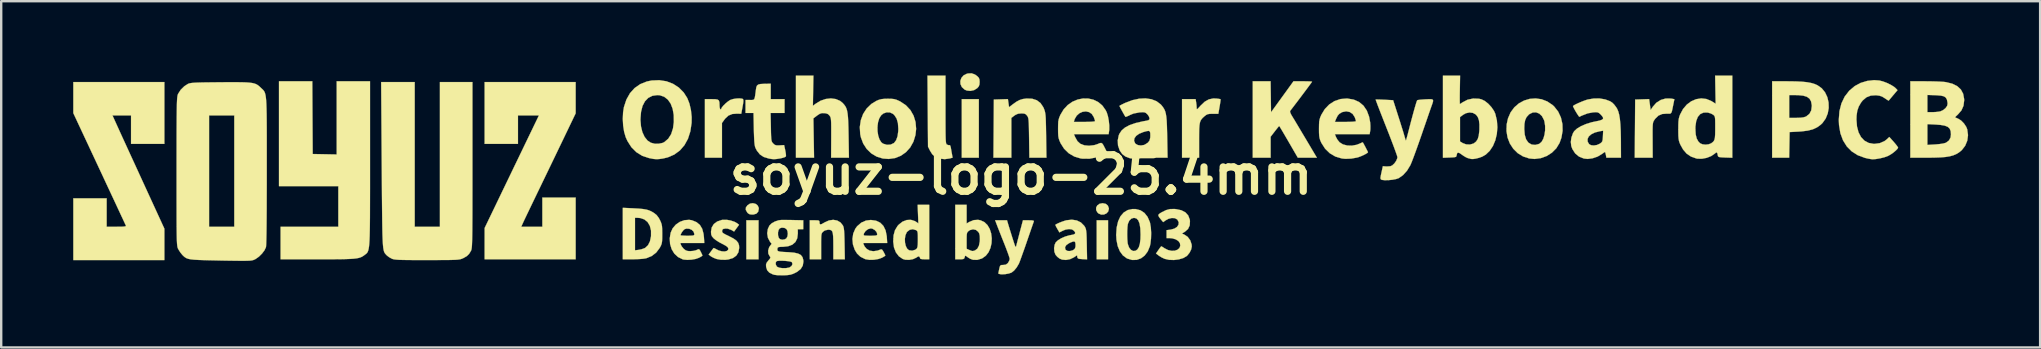
<source format=kicad_pcb>
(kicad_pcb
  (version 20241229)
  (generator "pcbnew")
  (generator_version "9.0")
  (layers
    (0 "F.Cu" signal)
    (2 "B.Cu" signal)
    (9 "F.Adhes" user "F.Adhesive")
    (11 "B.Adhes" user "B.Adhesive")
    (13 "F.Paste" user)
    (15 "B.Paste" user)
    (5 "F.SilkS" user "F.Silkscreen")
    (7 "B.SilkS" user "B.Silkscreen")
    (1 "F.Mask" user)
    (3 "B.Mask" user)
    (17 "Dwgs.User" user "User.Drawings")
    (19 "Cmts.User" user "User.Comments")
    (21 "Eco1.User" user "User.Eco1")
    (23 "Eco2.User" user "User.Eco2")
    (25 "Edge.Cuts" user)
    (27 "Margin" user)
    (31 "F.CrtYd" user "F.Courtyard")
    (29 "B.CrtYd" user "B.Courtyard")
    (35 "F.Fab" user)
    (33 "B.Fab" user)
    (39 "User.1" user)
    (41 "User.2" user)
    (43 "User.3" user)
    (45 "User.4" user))
  (footprint "soyuz-logo-25.4mm"
    (layer "F.Cu")
    (at 39.494 4.231)
    (property "Reference" "soyuz-logo-25.4mm" (at 0 0 0) (layer "F.SilkS") (effects (font (size 1.524 1.524) (thickness 0.3))))
    (attr through_hole)
    (fp_poly (pts (xy -10.939 3.522) (xy -11.447 3.522) (xy -11.447 1.897) (xy -10.939 1.897) (xy -10.939 3.522)) (stroke (width 0.01) (type solid)) (fill yes) (layer "F.SilkS"))
    (fp_poly (pts (xy -1.761 -0.711) (xy -2.472 -0.711) (xy -2.472 -3.15) (xy -1.761 -3.15) (xy -1.761 -0.711)) (stroke (width 0.01) (type solid)) (fill yes) (layer "F.SilkS"))
    (fp_poly (pts (xy 3.624 3.522) (xy 3.15 3.522) (xy 3.15 1.897) (xy 3.624 1.897) (xy 3.624 3.522)) (stroke (width 0.01) (type solid)) (fill yes) (layer "F.SilkS"))
    (fp_poly (pts (xy 3.527 1.212) (xy 3.616 1.286) (xy 3.657 1.398) (xy 3.658 1.422) (xy 3.629 1.533) (xy 3.554 1.613) (xy 3.451 1.658) (xy 3.337 1.66) (xy 3.228 1.615) (xy 3.189 1.581) (xy 3.128 1.477) (xy 3.126 1.371) (xy 3.174 1.278) (xy 3.266 1.211) (xy 3.395 1.185) (xy 3.397 1.185) (xy 3.527 1.212)) (stroke (width 0.01) (type solid)) (fill yes) (layer "F.SilkS"))
    (fp_poly (pts (xy -11.068 1.21) (xy -10.981 1.274) (xy -10.932 1.371) (xy -10.928 1.417) (xy -10.954 1.541) (xy -11.032 1.623) (xy -11.158 1.658) (xy -11.196 1.659) (xy -11.302 1.649) (xy -11.373 1.611) (xy -11.411 1.57) (xy -11.471 1.463) (xy -11.467 1.366) (xy -11.398 1.269) (xy -11.398 1.268) (xy -11.294 1.202) (xy -11.178 1.184) (xy -11.068 1.21)) (stroke (width 0.01) (type solid)) (fill yes) (layer "F.SilkS"))
    (fp_poly (pts (xy -1.923 -4.177) (xy -1.831 -4.112) (xy -1.765 -4.045) (xy -1.735 -3.973) (xy -1.727 -3.866) (xy -1.727 -3.864) (xy -1.736 -3.752) (xy -1.769 -3.673) (xy -1.827 -3.608) (xy -1.956 -3.527) (xy -2.109 -3.493) (xy -2.263 -3.509) (xy -2.356 -3.55) (xy -2.469 -3.654) (xy -2.526 -3.778) (xy -2.531 -3.91) (xy -2.487 -4.035) (xy -2.397 -4.139) (xy -2.263 -4.207) (xy -2.215 -4.219) (xy -2.06 -4.226) (xy -1.923 -4.177)) (stroke (width 0.01) (type solid)) (fill yes) (layer "F.SilkS"))
    (fp_poly (pts (xy -18.559 -2.559) (xy -19.072 -1.491) (xy -19.221 -1.182) (xy -19.39 -0.83) (xy -19.571 -0.455) (xy -19.754 -0.076) (xy -19.93 0.289) (xy -20.09 0.621) (xy -20.126 0.694) (xy -20.253 0.958) (xy -20.374 1.209) (xy -20.485 1.44) (xy -20.582 1.642) (xy -20.661 1.807) (xy -20.718 1.927) (xy -20.747 1.99) (xy -20.827 2.167) (xy -19.947 2.167) (xy -19.947 0.948) (xy -18.559 0.948) (xy -18.559 3.522) (xy -22.352 3.522) (xy -22.352 2.87) (xy -22.351 2.218) (xy -21.221 -0.127) (xy -20.09 -2.472) (xy -20.963 -2.472) (xy -20.963 -1.287) (xy -22.352 -1.287) (xy -22.352 -3.861) (xy -18.559 -3.861) (xy -18.559 -2.559)) (stroke (width 0.01) (type solid)) (fill yes) (layer "F.SilkS"))
    (fp_poly (pts (xy -3.15 -2.711) (xy -3.15 -2.363) (xy -3.149 -2.077) (xy -3.148 -1.847) (xy -3.146 -1.666) (xy -3.143 -1.527) (xy -3.138 -1.426) (xy -3.131 -1.355) (xy -3.123 -1.308) (xy -3.111 -1.28) (xy -3.098 -1.263) (xy -3.081 -1.253) (xy -3.015 -1.231) (xy -2.981 -1.236) (xy -2.955 -1.22) (xy -2.933 -1.156) (xy -2.93 -1.144) (xy -2.912 -1.04) (xy -2.89 -0.913) (xy -2.882 -0.872) (xy -2.854 -0.712) (xy -2.976 -0.678) (xy -3.181 -0.649) (xy -3.402 -0.674) (xy -3.416 -0.677) (xy -3.575 -0.741) (xy -3.702 -0.855) (xy -3.793 -1.001) (xy -3.878 -1.168) (xy -3.9 -4.132) (xy -3.15 -4.132) (xy -3.15 -2.711)) (stroke (width 0.01) (type solid)) (fill yes) (layer "F.SilkS"))
    (fp_poly (pts (xy 27.083 -3.174) (xy 27.104 -3.17) (xy 27.22 -3.148) (xy 27.174 -2.92) (xy 27.141 -2.757) (xy 27.117 -2.648) (xy 27.092 -2.584) (xy 27.06 -2.552) (xy 27.011 -2.543) (xy 26.939 -2.545) (xy 26.896 -2.546) (xy 26.706 -2.53) (xy 26.555 -2.464) (xy 26.428 -2.341) (xy 26.396 -2.298) (xy 26.368 -2.256) (xy 26.346 -2.215) (xy 26.331 -2.167) (xy 26.321 -2.1) (xy 26.315 -2.005) (xy 26.312 -1.873) (xy 26.312 -1.693) (xy 26.313 -1.455) (xy 26.313 -1.443) (xy 26.316 -0.711) (xy 25.568 -0.711) (xy 25.577 -1.922) (xy 25.586 -3.133) (xy 26.168 -3.152) (xy 26.199 -2.924) (xy 26.23 -2.696) (xy 26.318 -2.83) (xy 26.468 -3) (xy 26.652 -3.117) (xy 26.861 -3.177) (xy 27.083 -3.174)) (stroke (width 0.01) (type solid)) (fill yes) (layer "F.SilkS"))
    (fp_poly (pts (xy -11.631 -3.171) (xy -11.592 -3.156) (xy -11.574 -3.128) (xy -11.571 -3.066) (xy -11.583 -2.961) (xy -11.605 -2.836) (xy -11.659 -2.541) (xy -11.849 -2.546) (xy -12.041 -2.53) (xy -12.196 -2.464) (xy -12.327 -2.342) (xy -12.362 -2.297) (xy -12.463 -2.157) (xy -12.463 -0.711) (xy -13.174 -0.711) (xy -13.174 -3.15) (xy -12.89 -3.15) (xy -12.74 -3.147) (xy -12.646 -3.132) (xy -12.593 -3.095) (xy -12.571 -3.023) (xy -12.565 -2.907) (xy -12.565 -2.872) (xy -12.556 -2.785) (xy -12.535 -2.731) (xy -12.531 -2.726) (xy -12.499 -2.729) (xy -12.497 -2.741) (xy -12.472 -2.798) (xy -12.407 -2.878) (xy -12.317 -2.967) (xy -12.219 -3.049) (xy -12.128 -3.11) (xy -12.107 -3.12) (xy -11.998 -3.155) (xy -11.866 -3.176) (xy -11.735 -3.182) (xy -11.631 -3.171)) (stroke (width 0.01) (type solid)) (fill yes) (layer "F.SilkS"))
    (fp_poly (pts (xy 8.128 -3.176) (xy 8.228 -3.164) (xy 8.295 -3.152) (xy 8.311 -3.146) (xy 8.311 -3.109) (xy 8.3 -3.021) (xy 8.281 -2.899) (xy 8.27 -2.836) (xy 8.218 -2.54) (xy 7.988 -2.54) (xy 7.86 -2.537) (xy 7.774 -2.523) (xy 7.708 -2.49) (xy 7.636 -2.433) (xy 7.567 -2.37) (xy 7.515 -2.311) (xy 7.476 -2.245) (xy 7.449 -2.164) (xy 7.432 -2.056) (xy 7.422 -1.913) (xy 7.418 -1.723) (xy 7.417 -1.478) (xy 7.417 -1.424) (xy 7.417 -0.711) (xy 6.706 -0.711) (xy 6.706 -3.15) (xy 7.272 -3.15) (xy 7.293 -3.023) (xy 7.308 -2.907) (xy 7.315 -2.801) (xy 7.315 -2.796) (xy 7.317 -2.747) (xy 7.329 -2.731) (xy 7.36 -2.751) (xy 7.42 -2.814) (xy 7.485 -2.886) (xy 7.652 -3.044) (xy 7.822 -3.14) (xy 8.005 -3.179) (xy 8.128 -3.176)) (stroke (width 0.01) (type solid)) (fill yes) (layer "F.SilkS"))
    (fp_poly (pts (xy -35.695 -1.287) (xy -37.084 -1.287) (xy -37.084 -2.472) (xy -37.858 -2.472) (xy -37.67 -2.057) (xy -37.622 -1.952) (xy -37.549 -1.791) (xy -37.454 -1.583) (xy -37.339 -1.333) (xy -37.209 -1.049) (xy -37.066 -0.737) (xy -36.913 -0.405) (xy -36.754 -0.058) (xy -36.591 0.297) (xy -36.589 0.302) (xy -35.695 2.247) (xy -35.695 3.556) (xy -39.489 3.556) (xy -39.489 0.982) (xy -38.1 0.982) (xy -38.1 2.167) (xy -37.69 2.167) (xy -37.51 2.166) (xy -37.39 2.16) (xy -37.322 2.15) (xy -37.296 2.134) (xy -37.297 2.125) (xy -37.314 2.088) (xy -37.357 1.995) (xy -37.424 1.85) (xy -37.514 1.658) (xy -37.623 1.424) (xy -37.749 1.153) (xy -37.891 0.85) (xy -38.046 0.519) (xy -38.211 0.165) (xy -38.384 -0.206) (xy -38.401 -0.242) (xy -39.489 -2.567) (xy -39.489 -3.861) (xy -35.695 -3.861) (xy -35.695 -1.287)) (stroke (width 0.01) (type solid)) (fill yes) (layer "F.SilkS"))
    (fp_poly (pts (xy -29.524 -2.379) (xy -29.515 -0.864) (xy -28.516 -0.845) (xy -28.516 -3.895) (xy -27.127 -3.895) (xy -27.127 -0.497) (xy -27.127 0.08) (xy -27.127 0.593) (xy -27.128 1.047) (xy -27.129 1.444) (xy -27.13 1.789) (xy -27.133 2.086) (xy -27.137 2.339) (xy -27.142 2.552) (xy -27.149 2.728) (xy -27.158 2.872) (xy -27.169 2.987) (xy -27.183 3.077) (xy -27.199 3.147) (xy -27.218 3.2) (xy -27.239 3.24) (xy -27.264 3.271) (xy -27.293 3.297) (xy -27.325 3.321) (xy -27.347 3.338) (xy -27.403 3.379) (xy -27.459 3.414) (xy -27.521 3.442) (xy -27.595 3.465) (xy -27.688 3.483) (xy -27.805 3.497) (xy -27.953 3.507) (xy -28.138 3.514) (xy -28.367 3.519) (xy -28.646 3.521) (xy -28.981 3.522) (xy -29.317 3.522) (xy -30.853 3.522) (xy -30.853 2.167) (xy -28.448 2.167) (xy -28.448 0.474) (xy -30.92 0.474) (xy -30.92 -3.895) (xy -29.532 -3.895) (xy -29.524 -2.379)) (stroke (width 0.01) (type solid)) (fill yes) (layer "F.SilkS"))
    (fp_poly (pts (xy -7.662 1.907) (xy -7.522 1.989) (xy -7.424 2.113) (xy -7.403 2.163) (xy -7.387 2.23) (xy -7.375 2.326) (xy -7.366 2.461) (xy -7.36 2.644) (xy -7.355 2.87) (xy -7.344 3.522) (xy -7.823 3.522) (xy -7.823 2.97) (xy -7.825 2.738) (xy -7.831 2.566) (xy -7.844 2.444) (xy -7.867 2.364) (xy -7.904 2.318) (xy -7.956 2.296) (xy -8.026 2.289) (xy -8.038 2.289) (xy -8.175 2.32) (xy -8.246 2.37) (xy -8.278 2.402) (xy -8.301 2.436) (xy -8.316 2.484) (xy -8.325 2.556) (xy -8.329 2.664) (xy -8.331 2.82) (xy -8.331 2.986) (xy -8.331 3.522) (xy -8.805 3.522) (xy -8.805 1.897) (xy -8.602 1.897) (xy -8.489 1.899) (xy -8.428 1.909) (xy -8.404 1.933) (xy -8.399 1.976) (xy -8.392 2.044) (xy -8.366 2.07) (xy -8.307 2.055) (xy -8.207 1.999) (xy -8.188 1.987) (xy -8.005 1.904) (xy -7.826 1.878) (xy -7.662 1.907)) (stroke (width 0.01) (type solid)) (fill yes) (layer "F.SilkS"))
    (fp_poly (pts (xy -8.664 -3.502) (xy -8.674 -2.872) (xy -8.555 -2.962) (xy -8.353 -3.085) (xy -8.138 -3.157) (xy -7.924 -3.181) (xy -7.721 -3.154) (xy -7.542 -3.078) (xy -7.436 -2.993) (xy -7.373 -2.923) (xy -7.322 -2.853) (xy -7.282 -2.774) (xy -7.252 -2.678) (xy -7.23 -2.557) (xy -7.213 -2.401) (xy -7.202 -2.203) (xy -7.194 -1.954) (xy -7.188 -1.647) (xy -7.188 -1.634) (xy -7.173 -0.711) (xy -7.915 -0.711) (xy -7.911 -1.538) (xy -7.911 -1.797) (xy -7.911 -1.997) (xy -7.913 -2.147) (xy -7.918 -2.255) (xy -7.926 -2.332) (xy -7.938 -2.385) (xy -7.954 -2.423) (xy -7.975 -2.456) (xy -7.979 -2.461) (xy -8.044 -2.527) (xy -8.128 -2.558) (xy -8.203 -2.567) (xy -8.305 -2.566) (xy -8.388 -2.54) (xy -8.483 -2.479) (xy -8.504 -2.463) (xy -8.653 -2.35) (xy -8.64 -1.53) (xy -8.626 -0.711) (xy -9.381 -0.711) (xy -9.381 -4.132) (xy -9.017 -4.132) (xy -8.653 -4.132) (xy -8.664 -3.502)) (stroke (width 0.01) (type solid)) (fill yes) (layer "F.SilkS"))
    (fp_poly (pts (xy 31.945 -3.894) (xy 32.264 -3.89) (xy 32.526 -3.878) (xy 32.74 -3.857) (xy 32.915 -3.825) (xy 33.063 -3.781) (xy 33.182 -3.729) (xy 33.361 -3.602) (xy 33.498 -3.433) (xy 33.593 -3.232) (xy 33.644 -3.011) (xy 33.65 -2.781) (xy 33.61 -2.555) (xy 33.524 -2.342) (xy 33.391 -2.156) (xy 33.317 -2.084) (xy 33.163 -1.974) (xy 32.989 -1.893) (xy 32.78 -1.839) (xy 32.525 -1.807) (xy 32.41 -1.799) (xy 32.021 -1.778) (xy 32.012 -1.245) (xy 32.002 -0.711) (xy 31.293 -0.711) (xy 31.293 -2.371) (xy 32.004 -2.371) (xy 32.301 -2.371) (xy 32.475 -2.376) (xy 32.601 -2.392) (xy 32.695 -2.422) (xy 32.716 -2.433) (xy 32.845 -2.536) (xy 32.922 -2.681) (xy 32.945 -2.865) (xy 32.943 -2.904) (xy 32.915 -3.055) (xy 32.851 -3.168) (xy 32.745 -3.247) (xy 32.591 -3.295) (xy 32.382 -3.316) (xy 32.266 -3.319) (xy 32.004 -3.319) (xy 32.004 -2.371) (xy 31.293 -2.371) (xy 31.293 -3.895) (xy 31.945 -3.894)) (stroke (width 0.01) (type solid)) (fill yes) (layer "F.SilkS"))
    (fp_poly (pts (xy 0.459 -3.168) (xy 0.654 -3.105) (xy 0.81 -2.986) (xy 0.927 -2.811) (xy 0.953 -2.752) (xy 0.976 -2.69) (xy 0.994 -2.628) (xy 1.008 -2.557) (xy 1.019 -2.469) (xy 1.027 -2.353) (xy 1.032 -2.2) (xy 1.037 -2.002) (xy 1.041 -1.749) (xy 1.043 -1.634) (xy 1.056 -0.711) (xy 0.345 -0.711) (xy 0.333 -1.539) (xy 0.329 -1.798) (xy 0.325 -1.998) (xy 0.32 -2.148) (xy 0.313 -2.257) (xy 0.304 -2.334) (xy 0.29 -2.387) (xy 0.273 -2.426) (xy 0.251 -2.46) (xy 0.25 -2.461) (xy 0.196 -2.52) (xy 0.133 -2.548) (xy 0.035 -2.556) (xy 0.008 -2.556) (xy -0.125 -2.543) (xy -0.231 -2.497) (xy -0.284 -2.461) (xy -0.406 -2.367) (xy -0.406 -0.711) (xy -1.152 -0.711) (xy -1.143 -1.922) (xy -1.135 -3.133) (xy -0.842 -3.142) (xy -0.549 -3.152) (xy -0.525 -2.984) (xy -0.502 -2.816) (xy -0.348 -2.933) (xy -0.193 -3.044) (xy -0.061 -3.114) (xy 0.071 -3.155) (xy 0.226 -3.176) (xy 0.459 -3.168)) (stroke (width 0.01) (type solid)) (fill yes) (layer "F.SilkS"))
    (fp_poly (pts (xy 10.405 -3.249) (xy 10.414 -2.603) (xy 10.882 -3.249) (xy 11.35 -3.895) (xy 11.737 -3.895) (xy 11.89 -3.893) (xy 12.014 -3.89) (xy 12.097 -3.884) (xy 12.124 -3.878) (xy 12.105 -3.849) (xy 12.051 -3.775) (xy 11.971 -3.666) (xy 11.87 -3.53) (xy 11.756 -3.378) (xy 11.636 -3.218) (xy 11.516 -3.059) (xy 11.403 -2.911) (xy 11.305 -2.783) (xy 11.229 -2.684) (xy 11.208 -2.658) (xy 11.208 -2.611) (xy 11.242 -2.528) (xy 11.274 -2.471) (xy 11.316 -2.402) (xy 11.388 -2.284) (xy 11.482 -2.126) (xy 11.594 -1.938) (xy 11.718 -1.73) (xy 11.846 -1.516) (xy 12.324 -0.711) (xy 11.53 -0.711) (xy 11.147 -1.372) (xy 11.037 -1.561) (xy 10.938 -1.73) (xy 10.856 -1.869) (xy 10.795 -1.97) (xy 10.76 -2.025) (xy 10.754 -2.032) (xy 10.73 -2.007) (xy 10.676 -1.941) (xy 10.6 -1.846) (xy 10.57 -1.807) (xy 10.397 -1.583) (xy 10.397 -0.711) (xy 9.652 -0.711) (xy 9.652 -3.895) (xy 10.396 -3.895) (xy 10.405 -3.249)) (stroke (width 0.01) (type solid)) (fill yes) (layer "F.SilkS"))
    (fp_poly (pts (xy -16.146 1.399) (xy -15.919 1.412) (xy -15.745 1.429) (xy -15.61 1.452) (xy -15.499 1.485) (xy -15.398 1.531) (xy -15.302 1.588) (xy -15.186 1.679) (xy -15.097 1.797) (xy -15.049 1.885) (xy -15.007 1.977) (xy -14.979 2.057) (xy -14.962 2.145) (xy -14.955 2.258) (xy -14.952 2.415) (xy -14.952 2.472) (xy -14.953 2.643) (xy -14.958 2.763) (xy -14.971 2.851) (xy -14.993 2.924) (xy -15.03 3) (xy -15.057 3.048) (xy -15.201 3.24) (xy -15.39 3.386) (xy -15.611 3.477) (xy -15.648 3.485) (xy -15.753 3.501) (xy -15.904 3.513) (xy -16.078 3.52) (xy -16.207 3.522) (xy -16.595 3.522) (xy -16.595 1.795) (xy -16.087 1.795) (xy -16.087 3.148) (xy -15.926 3.128) (xy -15.802 3.101) (xy -15.688 3.059) (xy -15.658 3.043) (xy -15.544 2.935) (xy -15.463 2.773) (xy -15.419 2.561) (xy -15.419 2.559) (xy -15.419 2.326) (xy -15.468 2.128) (xy -15.562 1.971) (xy -15.697 1.861) (xy -15.868 1.803) (xy -15.97 1.795) (xy -16.087 1.795) (xy -16.595 1.795) (xy -16.595 1.378) (xy -16.146 1.399)) (stroke (width 0.01) (type solid)) (fill yes) (layer "F.SilkS"))
    (fp_poly (pts (xy 4.778 1.43) (xy 4.973 1.481) (xy 5.139 1.59) (xy 5.27 1.754) (xy 5.362 1.967) (xy 5.374 2.008) (xy 5.406 2.195) (xy 5.42 2.42) (xy 5.414 2.653) (xy 5.39 2.867) (xy 5.366 2.979) (xy 5.277 3.194) (xy 5.151 3.364) (xy 4.996 3.482) (xy 4.818 3.546) (xy 4.626 3.551) (xy 4.429 3.493) (xy 4.402 3.48) (xy 4.242 3.362) (xy 4.116 3.19) (xy 4.025 2.971) (xy 3.974 2.71) (xy 3.963 2.513) (xy 4.421 2.513) (xy 4.426 2.684) (xy 4.437 2.825) (xy 4.446 2.884) (xy 4.497 3.027) (xy 4.573 3.126) (xy 4.665 3.176) (xy 4.762 3.17) (xy 4.841 3.118) (xy 4.906 3.021) (xy 4.949 2.877) (xy 4.973 2.681) (xy 4.978 2.489) (xy 4.968 2.232) (xy 4.936 2.036) (xy 4.882 1.9) (xy 4.804 1.82) (xy 4.704 1.795) (xy 4.595 1.827) (xy 4.507 1.913) (xy 4.451 2.044) (xy 4.446 2.063) (xy 4.432 2.179) (xy 4.423 2.337) (xy 4.421 2.513) (xy 3.963 2.513) (xy 3.962 2.501) (xy 3.983 2.196) (xy 4.043 1.939) (xy 4.141 1.73) (xy 4.275 1.574) (xy 4.442 1.472) (xy 4.641 1.428) (xy 4.778 1.43)) (stroke (width 0.01) (type solid)) (fill yes) (layer "F.SilkS"))
    (fp_poly (pts (xy -2.269 2.03) (xy -2.159 1.966) (xy -1.974 1.89) (xy -1.791 1.878) (xy -1.689 1.898) (xy -1.528 1.973) (xy -1.401 2.097) (xy -1.307 2.257) (xy -1.247 2.444) (xy -1.222 2.645) (xy -1.231 2.85) (xy -1.275 3.047) (xy -1.354 3.226) (xy -1.47 3.375) (xy -1.621 3.483) (xy -1.639 3.491) (xy -1.826 3.547) (xy -2.003 3.543) (xy -2.117 3.503) (xy -2.205 3.45) (xy -2.273 3.4) (xy -2.315 3.371) (xy -2.339 3.395) (xy -2.35 3.436) (xy -2.369 3.486) (xy -2.405 3.511) (xy -2.477 3.521) (xy -2.558 3.522) (xy -2.743 3.522) (xy -2.743 2.747) (xy -2.269 2.747) (xy -2.269 3.085) (xy -2.159 3.133) (xy -2.072 3.169) (xy -2.017 3.179) (xy -1.961 3.167) (xy -1.917 3.151) (xy -1.821 3.079) (xy -1.755 2.952) (xy -1.721 2.775) (xy -1.717 2.685) (xy -1.722 2.545) (xy -1.744 2.448) (xy -1.784 2.379) (xy -1.881 2.299) (xy -2.002 2.273) (xy -2.126 2.305) (xy -2.178 2.338) (xy -2.219 2.374) (xy -2.246 2.413) (xy -2.261 2.47) (xy -2.267 2.561) (xy -2.269 2.7) (xy -2.269 2.747) (xy -2.743 2.747) (xy -2.743 1.253) (xy -2.269 1.253) (xy -2.269 2.03)) (stroke (width 0.01) (type solid)) (fill yes) (layer "F.SilkS"))
    (fp_poly (pts (xy -10.431 -3.15) (xy -9.855 -3.15) (xy -9.855 -2.574) (xy -10.437 -2.574) (xy -10.425 -1.984) (xy -10.421 -1.771) (xy -10.416 -1.614) (xy -10.409 -1.504) (xy -10.399 -1.428) (xy -10.383 -1.377) (xy -10.361 -1.34) (xy -10.331 -1.305) (xy -10.329 -1.304) (xy -10.271 -1.251) (xy -10.209 -1.227) (xy -10.118 -1.222) (xy -10.059 -1.225) (xy -9.873 -1.236) (xy -9.827 -1.023) (xy -9.806 -0.906) (xy -9.796 -0.811) (xy -9.799 -0.765) (xy -9.839 -0.735) (xy -9.928 -0.705) (xy -10.033 -0.681) (xy -10.176 -0.658) (xy -10.281 -0.649) (xy -10.376 -0.654) (xy -10.489 -0.672) (xy -10.521 -0.679) (xy -10.725 -0.742) (xy -10.883 -0.847) (xy -11.008 -1.004) (xy -11.067 -1.118) (xy -11.087 -1.178) (xy -11.103 -1.265) (xy -11.115 -1.387) (xy -11.124 -1.554) (xy -11.132 -1.775) (xy -11.135 -1.905) (xy -11.148 -2.574) (xy -11.481 -2.574) (xy -11.481 -3.116) (xy -11.296 -3.116) (xy -11.216 -3.115) (xy -11.161 -3.121) (xy -11.125 -3.143) (xy -11.101 -3.194) (xy -11.083 -3.283) (xy -11.064 -3.421) (xy -11.049 -3.538) (xy -11.032 -3.645) (xy -11.003 -3.716) (xy -10.95 -3.758) (xy -10.86 -3.78) (xy -10.722 -3.788) (xy -10.643 -3.79) (xy -10.431 -3.793) (xy -10.431 -3.15)) (stroke (width 0.01) (type solid)) (fill yes) (layer "F.SilkS"))
    (fp_poly (pts (xy 21.687 -3.145) (xy 21.924 -3.054) (xy 22.145 -2.905) (xy 22.213 -2.842) (xy 22.379 -2.63) (xy 22.493 -2.383) (xy 22.555 -2.112) (xy 22.562 -1.828) (xy 22.513 -1.542) (xy 22.435 -1.324) (xy 22.3 -1.102) (xy 22.117 -0.919) (xy 21.898 -0.78) (xy 21.653 -0.691) (xy 21.394 -0.658) (xy 21.171 -0.679) (xy 20.915 -0.763) (xy 20.692 -0.9) (xy 20.508 -1.082) (xy 20.365 -1.301) (xy 20.269 -1.55) (xy 20.224 -1.82) (xy 20.227 -1.913) (xy 20.965 -1.913) (xy 20.985 -1.667) (xy 21.041 -1.476) (xy 21.133 -1.342) (xy 21.26 -1.265) (xy 21.282 -1.258) (xy 21.418 -1.243) (xy 21.552 -1.275) (xy 21.602 -1.297) (xy 21.689 -1.374) (xy 21.759 -1.501) (xy 21.808 -1.665) (xy 21.834 -1.849) (xy 21.834 -2.039) (xy 21.806 -2.22) (xy 21.785 -2.285) (xy 21.703 -2.442) (xy 21.59 -2.548) (xy 21.459 -2.6) (xy 21.319 -2.595) (xy 21.181 -2.527) (xy 21.152 -2.503) (xy 21.062 -2.403) (xy 21.004 -2.281) (xy 20.973 -2.122) (xy 20.965 -1.913) (xy 20.227 -1.913) (xy 20.233 -2.103) (xy 20.287 -2.349) (xy 20.396 -2.6) (xy 20.551 -2.809) (xy 20.741 -2.974) (xy 20.959 -3.092) (xy 21.195 -3.162) (xy 21.441 -3.18) (xy 21.687 -3.145)) (stroke (width 0.01) (type solid)) (fill yes) (layer "F.SilkS"))
    (fp_poly (pts (xy -3.827 3.522) (xy -4.013 3.522) (xy -4.115 3.518) (xy -4.183 3.507) (xy -4.2 3.497) (xy -4.217 3.449) (xy -4.23 3.424) (xy -4.26 3.4) (xy -4.308 3.415) (xy -4.371 3.456) (xy -4.503 3.517) (xy -4.665 3.546) (xy -4.826 3.54) (xy -4.928 3.51) (xy -5.092 3.397) (xy -5.216 3.235) (xy -5.296 3.028) (xy -5.328 2.785) (xy -5.328 2.78) (xy -5.321 2.669) (xy -4.842 2.669) (xy -4.837 2.822) (xy -4.805 2.964) (xy -4.75 3.077) (xy -4.673 3.143) (xy -4.667 3.146) (xy -4.538 3.163) (xy -4.413 3.127) (xy -4.361 3.091) (xy -4.333 3.055) (xy -4.315 2.998) (xy -4.305 2.906) (xy -4.301 2.765) (xy -4.301 2.693) (xy -4.302 2.536) (xy -4.307 2.434) (xy -4.318 2.371) (xy -4.339 2.335) (xy -4.372 2.311) (xy -4.38 2.306) (xy -4.513 2.269) (xy -4.641 2.294) (xy -4.748 2.377) (xy -4.766 2.401) (xy -4.819 2.523) (xy -4.842 2.669) (xy -5.321 2.669) (xy -5.313 2.524) (xy -5.255 2.313) (xy -5.149 2.136) (xy -5.099 2.08) (xy -4.94 1.954) (xy -4.767 1.886) (xy -4.592 1.878) (xy -4.424 1.931) (xy -4.367 1.966) (xy -4.28 2.028) (xy -4.31 1.253) (xy -3.827 1.253) (xy -3.827 3.522)) (stroke (width 0.01) (type solid)) (fill yes) (layer "F.SilkS"))
    (fp_poly (pts (xy -5.4 -3.164) (xy -5.29 -3.152) (xy -5.193 -3.125) (xy -5.084 -3.077) (xy -5.028 -3.048) (xy -4.797 -2.894) (xy -4.612 -2.695) (xy -4.478 -2.46) (xy -4.397 -2.196) (xy -4.373 -1.91) (xy -4.401 -1.653) (xy -4.486 -1.376) (xy -4.621 -1.136) (xy -4.798 -0.94) (xy -5.01 -0.791) (xy -5.251 -0.695) (xy -5.515 -0.658) (xy -5.76 -0.676) (xy -6.016 -0.755) (xy -6.242 -0.89) (xy -6.432 -1.074) (xy -6.579 -1.302) (xy -6.677 -1.565) (xy -6.703 -1.693) (xy -6.72 -1.991) (xy -6.718 -2.003) (xy -5.984 -2.003) (xy -5.981 -1.812) (xy -5.953 -1.631) (xy -5.9 -1.472) (xy -5.824 -1.352) (xy -5.752 -1.296) (xy -5.593 -1.248) (xy -5.437 -1.256) (xy -5.301 -1.32) (xy -5.291 -1.328) (xy -5.206 -1.439) (xy -5.147 -1.605) (xy -5.118 -1.817) (xy -5.115 -1.913) (xy -5.132 -2.152) (xy -5.185 -2.338) (xy -5.277 -2.48) (xy -5.338 -2.537) (xy -5.463 -2.596) (xy -5.604 -2.6) (xy -5.74 -2.552) (xy -5.829 -2.478) (xy -5.909 -2.351) (xy -5.96 -2.187) (xy -5.984 -2.003) (xy -6.718 -2.003) (xy -6.678 -2.274) (xy -6.581 -2.534) (xy -6.433 -2.762) (xy -6.239 -2.95) (xy -6.028 -3.079) (xy -5.918 -3.125) (xy -5.812 -3.152) (xy -5.687 -3.164) (xy -5.551 -3.167) (xy -5.4 -3.164)) (stroke (width 0.01) (type solid)) (fill yes) (layer "F.SilkS"))
    (fp_poly (pts (xy -6.045 1.914) (xy -5.87 1.997) (xy -5.736 2.133) (xy -5.645 2.32) (xy -5.598 2.555) (xy -5.595 2.591) (xy -5.579 2.845) (xy -6.575 2.845) (xy -6.553 2.921) (xy -6.514 2.994) (xy -6.446 3.076) (xy -6.431 3.09) (xy -6.308 3.162) (xy -6.153 3.186) (xy -5.983 3.161) (xy -5.913 3.136) (xy -5.841 3.11) (xy -5.797 3.115) (xy -5.759 3.163) (xy -5.728 3.217) (xy -5.684 3.3) (xy -5.658 3.356) (xy -5.656 3.365) (xy -5.683 3.391) (xy -5.753 3.434) (xy -5.8 3.459) (xy -5.951 3.512) (xy -6.133 3.542) (xy -6.317 3.546) (xy -6.476 3.521) (xy -6.506 3.511) (xy -6.694 3.416) (xy -6.834 3.284) (xy -6.93 3.128) (xy -7.006 2.905) (xy -7.027 2.674) (xy -7.001 2.501) (xy -6.56 2.501) (xy -6.549 2.523) (xy -6.507 2.535) (xy -6.422 2.539) (xy -6.285 2.54) (xy -6.144 2.539) (xy -6.058 2.533) (xy -6.013 2.52) (xy -5.997 2.496) (xy -5.994 2.471) (xy -6.024 2.383) (xy -6.098 2.302) (xy -6.195 2.247) (xy -6.262 2.235) (xy -6.373 2.265) (xy -6.476 2.34) (xy -6.545 2.441) (xy -6.553 2.464) (xy -6.56 2.501) (xy -7.001 2.501) (xy -6.994 2.451) (xy -6.907 2.249) (xy -6.832 2.146) (xy -6.66 1.996) (xy -6.463 1.909) (xy -6.261 1.884) (xy -6.045 1.914)) (stroke (width 0.01) (type solid)) (fill yes) (layer "F.SilkS"))
    (fp_poly (pts (xy -12.102 1.906) (xy -11.942 1.959) (xy -11.827 2.024) (xy -11.75 2.084) (xy -11.854 2.225) (xy -11.958 2.367) (xy -12.073 2.299) (xy -12.228 2.244) (xy -12.317 2.242) (xy -12.404 2.256) (xy -12.444 2.289) (xy -12.456 2.337) (xy -12.455 2.378) (xy -12.433 2.415) (xy -12.38 2.454) (xy -12.285 2.505) (xy -12.16 2.565) (xy -11.983 2.657) (xy -11.862 2.744) (xy -11.788 2.835) (xy -11.752 2.942) (xy -11.746 3.051) (xy -11.777 3.229) (xy -11.864 3.369) (xy -12.003 3.47) (xy -12.193 3.529) (xy -12.322 3.544) (xy -12.515 3.54) (xy -12.68 3.511) (xy -12.7 3.505) (xy -12.813 3.46) (xy -12.911 3.407) (xy -12.935 3.39) (xy -13.018 3.326) (xy -12.921 3.195) (xy -12.862 3.116) (xy -12.822 3.063) (xy -12.814 3.052) (xy -12.782 3.059) (xy -12.723 3.091) (xy -12.598 3.155) (xy -12.469 3.19) (xy -12.352 3.197) (xy -12.26 3.175) (xy -12.205 3.126) (xy -12.198 3.073) (xy -12.222 3.023) (xy -12.287 2.969) (xy -12.403 2.903) (xy -12.455 2.877) (xy -12.59 2.805) (xy -12.714 2.725) (xy -12.804 2.654) (xy -12.811 2.648) (xy -12.88 2.567) (xy -12.912 2.488) (xy -12.92 2.376) (xy -12.92 2.372) (xy -12.89 2.197) (xy -12.803 2.054) (xy -12.663 1.949) (xy -12.475 1.885) (xy -12.423 1.876) (xy -12.272 1.876) (xy -12.102 1.906)) (stroke (width 0.01) (type solid)) (fill yes) (layer "F.SilkS"))
    (fp_poly (pts (xy -13.713 1.897) (xy -13.524 1.974) (xy -13.383 2.09) (xy -13.286 2.252) (xy -13.23 2.464) (xy -13.215 2.599) (xy -13.199 2.845) (xy -14.195 2.845) (xy -14.173 2.921) (xy -14.134 2.994) (xy -14.066 3.076) (xy -14.051 3.09) (xy -13.972 3.15) (xy -13.885 3.178) (xy -13.782 3.183) (xy -13.659 3.173) (xy -13.547 3.147) (xy -13.512 3.132) (xy -13.45 3.104) (xy -13.411 3.108) (xy -13.375 3.156) (xy -13.344 3.216) (xy -13.303 3.301) (xy -13.278 3.357) (xy -13.276 3.368) (xy -13.303 3.392) (xy -13.373 3.434) (xy -13.42 3.459) (xy -13.555 3.507) (xy -13.725 3.537) (xy -13.901 3.547) (xy -14.054 3.535) (xy -14.101 3.523) (xy -14.294 3.428) (xy -14.449 3.284) (xy -14.56 3.1) (xy -14.625 2.886) (xy -14.639 2.65) (xy -14.618 2.521) (xy -14.19 2.521) (xy -14.159 2.53) (xy -14.075 2.536) (xy -13.955 2.54) (xy -13.902 2.54) (xy -13.762 2.539) (xy -13.677 2.533) (xy -13.633 2.52) (xy -13.616 2.495) (xy -13.614 2.471) (xy -13.645 2.372) (xy -13.722 2.296) (xy -13.829 2.25) (xy -13.945 2.244) (xy -14.023 2.27) (xy -14.076 2.319) (xy -14.135 2.398) (xy -14.178 2.478) (xy -14.19 2.521) (xy -14.618 2.521) (xy -14.6 2.413) (xy -14.516 2.229) (xy -14.384 2.076) (xy -14.216 1.961) (xy -14.025 1.893) (xy -13.827 1.878) (xy -13.713 1.897)) (stroke (width 0.01) (type solid)) (fill yes) (layer "F.SilkS"))
    (fp_poly (pts (xy -14.776 -3.894) (xy -14.502 -3.79) (xy -14.259 -3.632) (xy -14.055 -3.425) (xy -13.908 -3.194) (xy -13.818 -2.964) (xy -13.756 -2.694) (xy -13.725 -2.406) (xy -13.728 -2.16) (xy -13.78 -1.809) (xy -13.88 -1.498) (xy -14.027 -1.231) (xy -14.218 -1.011) (xy -14.45 -0.841) (xy -14.721 -0.724) (xy -14.924 -0.676) (xy -15.073 -0.655) (xy -15.192 -0.649) (xy -15.31 -0.658) (xy -15.455 -0.685) (xy -15.507 -0.696) (xy -15.786 -0.789) (xy -16.029 -0.94) (xy -16.235 -1.145) (xy -16.401 -1.405) (xy -16.474 -1.565) (xy -16.539 -1.787) (xy -16.58 -2.048) (xy -16.593 -2.286) (xy -15.859 -2.286) (xy -15.837 -2.014) (xy -15.779 -1.775) (xy -15.686 -1.576) (xy -15.564 -1.424) (xy -15.428 -1.335) (xy -15.273 -1.294) (xy -15.102 -1.292) (xy -14.942 -1.325) (xy -14.868 -1.359) (xy -14.703 -1.499) (xy -14.581 -1.691) (xy -14.503 -1.934) (xy -14.469 -2.197) (xy -14.473 -2.49) (xy -14.518 -2.747) (xy -14.6 -2.962) (xy -14.718 -3.13) (xy -14.868 -3.248) (xy -15.047 -3.31) (xy -15.153 -3.319) (xy -15.36 -3.29) (xy -15.533 -3.203) (xy -15.671 -3.061) (xy -15.773 -2.866) (xy -15.835 -2.62) (xy -15.859 -2.324) (xy -15.859 -2.286) (xy -16.593 -2.286) (xy -16.595 -2.327) (xy -16.583 -2.599) (xy -16.548 -2.82) (xy -16.445 -3.132) (xy -16.296 -3.397) (xy -16.103 -3.612) (xy -15.869 -3.775) (xy -15.595 -3.885) (xy -15.392 -3.927) (xy -15.075 -3.94) (xy -14.776 -3.894)) (stroke (width 0.01) (type solid)) (fill yes) (layer "F.SilkS"))
    (fp_poly (pts (xy -25.265 2.167) (xy -24.215 2.167) (xy -24.215 -3.861) (xy -22.86 -3.861) (xy -22.86 -0.405) (xy -22.86 0.155) (xy -22.86 0.652) (xy -22.861 1.089) (xy -22.861 1.47) (xy -22.862 1.799) (xy -22.864 2.081) (xy -22.865 2.319) (xy -22.868 2.517) (xy -22.871 2.68) (xy -22.875 2.811) (xy -22.879 2.915) (xy -22.884 2.995) (xy -22.891 3.055) (xy -22.898 3.1) (xy -22.906 3.133) (xy -22.916 3.159) (xy -22.924 3.176) (xy -22.999 3.298) (xy -23.091 3.388) (xy -23.221 3.464) (xy -23.267 3.486) (xy -23.308 3.503) (xy -23.352 3.517) (xy -23.406 3.528) (xy -23.477 3.537) (xy -23.571 3.544) (xy -23.697 3.548) (xy -23.86 3.552) (xy -24.067 3.553) (xy -24.327 3.554) (xy -24.645 3.555) (xy -24.757 3.555) (xy -25.096 3.554) (xy -25.374 3.554) (xy -25.598 3.552) (xy -25.776 3.549) (xy -25.913 3.545) (xy -26.016 3.538) (xy -26.093 3.53) (xy -26.15 3.52) (xy -26.195 3.507) (xy -26.23 3.492) (xy -26.335 3.433) (xy -26.424 3.364) (xy -26.44 3.348) (xy -26.467 3.319) (xy -26.492 3.291) (xy -26.514 3.261) (xy -26.533 3.225) (xy -26.549 3.179) (xy -26.563 3.119) (xy -26.576 3.041) (xy -26.586 2.94) (xy -26.595 2.814) (xy -26.602 2.657) (xy -26.609 2.466) (xy -26.614 2.238) (xy -26.618 1.967) (xy -26.622 1.65) (xy -26.626 1.283) (xy -26.63 0.862) (xy -26.633 0.384) (xy -26.637 -0.157) (xy -26.639 -0.416) (xy -26.663 -3.861) (xy -25.265 -3.861) (xy -25.265 2.167)) (stroke (width 0.01) (type solid)) (fill yes) (layer "F.SilkS"))
    (fp_poly (pts (xy -0.544 2.04) (xy -0.518 2.127) (xy -0.477 2.261) (xy -0.426 2.425) (xy -0.371 2.601) (xy -0.363 2.625) (xy -0.308 2.799) (xy -0.269 2.916) (xy -0.242 2.982) (xy -0.223 3.006) (xy -0.21 2.993) (xy -0.198 2.952) (xy -0.197 2.946) (xy -0.178 2.87) (xy -0.146 2.745) (xy -0.104 2.586) (xy -0.058 2.409) (xy -0.046 2.362) (xy 0.078 1.897) (xy 0.314 1.897) (xy 0.443 1.9) (xy 0.514 1.911) (xy 0.534 1.932) (xy 0.533 1.939) (xy 0.518 1.981) (xy 0.484 2.079) (xy 0.434 2.222) (xy 0.372 2.402) (xy 0.3 2.61) (xy 0.237 2.794) (xy 0.158 3.022) (xy 0.083 3.233) (xy 0.017 3.418) (xy -0.037 3.566) (xy -0.076 3.668) (xy -0.093 3.708) (xy -0.185 3.863) (xy -0.289 3.99) (xy -0.392 4.072) (xy -0.4 4.077) (xy -0.512 4.115) (xy -0.656 4.141) (xy -0.797 4.149) (xy -0.872 4.142) (xy -0.931 4.126) (xy -0.948 4.114) (xy -0.942 4.076) (xy -0.925 3.994) (xy -0.912 3.93) (xy -0.888 3.83) (xy -0.861 3.779) (xy -0.815 3.761) (xy -0.745 3.759) (xy -0.638 3.745) (xy -0.563 3.692) (xy -0.544 3.67) (xy -0.495 3.586) (xy -0.474 3.509) (xy -0.474 3.508) (xy -0.486 3.454) (xy -0.52 3.349) (xy -0.572 3.205) (xy -0.637 3.033) (xy -0.697 2.879) (xy -0.777 2.68) (xy -0.854 2.485) (xy -0.922 2.311) (xy -0.976 2.174) (xy -1.001 2.109) (xy -1.081 1.897) (xy -0.586 1.897) (xy -0.544 2.04)) (stroke (width 0.01) (type solid)) (fill yes) (layer "F.SilkS"))
    (fp_poly (pts (xy 6.453 1.432) (xy 6.676 1.479) (xy 6.847 1.567) (xy 6.964 1.697) (xy 7.028 1.867) (xy 7.036 1.929) (xy 7.026 2.11) (xy 6.956 2.259) (xy 6.828 2.373) (xy 6.819 2.378) (xy 6.699 2.449) (xy 6.796 2.49) (xy 6.941 2.587) (xy 7.047 2.73) (xy 7.105 2.902) (xy 7.112 2.991) (xy 7.086 3.115) (xy 7.019 3.249) (xy 6.925 3.366) (xy 6.898 3.39) (xy 6.757 3.472) (xy 6.574 3.526) (xy 6.37 3.552) (xy 6.167 3.545) (xy 5.985 3.504) (xy 5.981 3.503) (xy 5.861 3.447) (xy 5.746 3.376) (xy 5.735 3.368) (xy 5.621 3.281) (xy 5.725 3.131) (xy 5.785 3.047) (xy 5.828 2.993) (xy 5.842 2.98) (xy 5.876 2.998) (xy 5.945 3.041) (xy 5.979 3.064) (xy 6.123 3.137) (xy 6.268 3.169) (xy 6.403 3.164) (xy 6.515 3.125) (xy 6.596 3.056) (xy 6.633 2.96) (xy 6.618 2.852) (xy 6.554 2.761) (xy 6.441 2.691) (xy 6.297 2.649) (xy 6.206 2.642) (xy 6.062 2.642) (xy 6.062 2.309) (xy 6.237 2.285) (xy 6.388 2.244) (xy 6.497 2.173) (xy 6.559 2.081) (xy 6.568 1.98) (xy 6.517 1.879) (xy 6.498 1.859) (xy 6.405 1.809) (xy 6.28 1.802) (xy 6.143 1.835) (xy 6.028 1.897) (xy 5.92 1.974) (xy 5.838 1.876) (xy 5.756 1.773) (xy 5.719 1.705) (xy 5.729 1.655) (xy 5.788 1.606) (xy 5.867 1.559) (xy 6.043 1.473) (xy 6.204 1.431) (xy 6.383 1.426) (xy 6.453 1.432)) (stroke (width 0.01) (type solid)) (fill yes) (layer "F.SilkS"))
    (fp_poly (pts (xy 35.757 -3.927) (xy 35.911 -3.888) (xy 36.08 -3.824) (xy 36.243 -3.744) (xy 36.378 -3.66) (xy 36.443 -3.604) (xy 36.517 -3.525) (xy 36.336 -3.312) (xy 36.253 -3.213) (xy 36.188 -3.135) (xy 36.153 -3.093) (xy 36.149 -3.088) (xy 36.121 -3.1) (xy 36.054 -3.142) (xy 35.987 -3.188) (xy 35.874 -3.257) (xy 35.765 -3.294) (xy 35.625 -3.311) (xy 35.619 -3.312) (xy 35.403 -3.298) (xy 35.22 -3.226) (xy 35.064 -3.093) (xy 34.993 -3.001) (xy 34.899 -2.836) (xy 34.84 -2.664) (xy 34.812 -2.464) (xy 34.806 -2.302) (xy 34.828 -2.013) (xy 34.892 -1.768) (xy 34.997 -1.569) (xy 35.138 -1.421) (xy 35.315 -1.326) (xy 35.524 -1.288) (xy 35.555 -1.287) (xy 35.78 -1.317) (xy 35.976 -1.403) (xy 36.079 -1.483) (xy 36.174 -1.575) (xy 36.357 -1.372) (xy 36.442 -1.272) (xy 36.507 -1.188) (xy 36.539 -1.136) (xy 36.541 -1.129) (xy 36.515 -1.08) (xy 36.447 -1.01) (xy 36.351 -0.929) (xy 36.242 -0.852) (xy 36.136 -0.791) (xy 36.122 -0.784) (xy 35.976 -0.73) (xy 35.796 -0.685) (xy 35.615 -0.654) (xy 35.478 -0.645) (xy 35.39 -0.655) (xy 35.266 -0.678) (xy 35.154 -0.705) (xy 34.859 -0.814) (xy 34.609 -0.973) (xy 34.404 -1.18) (xy 34.246 -1.433) (xy 34.137 -1.728) (xy 34.08 -2.064) (xy 34.07 -2.286) (xy 34.097 -2.648) (xy 34.18 -2.972) (xy 34.316 -3.257) (xy 34.506 -3.502) (xy 34.736 -3.696) (xy 34.981 -3.827) (xy 35.256 -3.91) (xy 35.54 -3.942) (xy 35.757 -3.927)) (stroke (width 0.01) (type solid)) (fill yes) (layer "F.SilkS"))
    (fp_poly (pts (xy 18.281 -3.539) (xy 18.278 -3.347) (xy 18.277 -3.181) (xy 18.278 -3.052) (xy 18.28 -2.97) (xy 18.283 -2.946) (xy 18.315 -2.964) (xy 18.38 -3.007) (xy 18.391 -3.015) (xy 18.601 -3.125) (xy 18.835 -3.176) (xy 19.076 -3.167) (xy 19.182 -3.142) (xy 19.32 -3.075) (xy 19.464 -2.961) (xy 19.597 -2.817) (xy 19.704 -2.66) (xy 19.758 -2.54) (xy 19.825 -2.261) (xy 19.845 -1.978) (xy 19.822 -1.7) (xy 19.76 -1.437) (xy 19.66 -1.199) (xy 19.526 -0.997) (xy 19.361 -0.839) (xy 19.211 -0.753) (xy 19.083 -0.707) (xy 18.949 -0.673) (xy 18.831 -0.655) (xy 18.751 -0.658) (xy 18.745 -0.659) (xy 18.689 -0.675) (xy 18.621 -0.691) (xy 18.544 -0.723) (xy 18.442 -0.783) (xy 18.371 -0.833) (xy 18.269 -0.903) (xy 18.204 -0.923) (xy 18.167 -0.894) (xy 18.147 -0.813) (xy 18.138 -0.771) (xy 18.115 -0.745) (xy 18.063 -0.731) (xy 17.969 -0.723) (xy 17.856 -0.718) (xy 17.577 -0.708) (xy 17.577 -2.401) (xy 18.288 -2.401) (xy 18.288 -1.388) (xy 18.398 -1.32) (xy 18.543 -1.266) (xy 18.701 -1.258) (xy 18.845 -1.299) (xy 18.862 -1.308) (xy 18.959 -1.384) (xy 19.026 -1.486) (xy 19.068 -1.626) (xy 19.091 -1.817) (xy 19.095 -1.884) (xy 19.096 -2.102) (xy 19.077 -2.267) (xy 19.034 -2.393) (xy 18.964 -2.491) (xy 18.945 -2.51) (xy 18.826 -2.577) (xy 18.682 -2.595) (xy 18.532 -2.563) (xy 18.412 -2.496) (xy 18.288 -2.401) (xy 17.577 -2.401) (xy 17.577 -4.132) (xy 18.291 -4.132) (xy 18.281 -3.539)) (stroke (width 0.01) (type solid)) (fill yes) (layer "F.SilkS"))
    (fp_poly (pts (xy 2.319 1.903) (xy 2.493 1.988) (xy 2.628 2.124) (xy 2.657 2.168) (xy 2.682 2.217) (xy 2.701 2.273) (xy 2.714 2.348) (xy 2.724 2.452) (xy 2.73 2.597) (xy 2.735 2.794) (xy 2.737 2.906) (xy 2.749 3.526) (xy 2.551 3.515) (xy 2.439 3.507) (xy 2.377 3.491) (xy 2.35 3.46) (xy 2.343 3.43) (xy 2.332 3.355) (xy 2.197 3.444) (xy 2.038 3.519) (xy 1.868 3.55) (xy 1.706 3.535) (xy 1.602 3.492) (xy 1.511 3.42) (xy 1.438 3.338) (xy 1.435 3.333) (xy 1.388 3.213) (xy 1.375 3.065) (xy 1.383 3.016) (xy 1.832 3.016) (xy 1.843 3.103) (xy 1.864 3.135) (xy 1.937 3.175) (xy 2.04 3.179) (xy 2.148 3.149) (xy 2.186 3.129) (xy 2.241 3.078) (xy 2.265 3.006) (xy 2.269 2.926) (xy 2.261 2.831) (xy 2.231 2.784) (xy 2.169 2.781) (xy 2.065 2.82) (xy 1.997 2.853) (xy 1.884 2.931) (xy 1.832 3.016) (xy 1.383 3.016) (xy 1.397 2.92) (xy 1.443 2.819) (xy 1.534 2.732) (xy 1.672 2.647) (xy 1.836 2.575) (xy 2.004 2.526) (xy 2.063 2.515) (xy 2.187 2.49) (xy 2.248 2.456) (xy 2.253 2.406) (xy 2.209 2.338) (xy 2.121 2.279) (xy 1.995 2.263) (xy 1.848 2.287) (xy 1.733 2.334) (xy 1.597 2.403) (xy 1.507 2.249) (xy 1.458 2.161) (xy 1.431 2.1) (xy 1.428 2.084) (xy 1.492 2.046) (xy 1.598 1.997) (xy 1.723 1.949) (xy 1.844 1.909) (xy 1.889 1.897) (xy 2.115 1.872) (xy 2.319 1.903)) (stroke (width 0.01) (type solid)) (fill yes) (layer "F.SilkS"))
    (fp_poly (pts (xy 2.801 -3.175) (xy 3.016 -3.126) (xy 3.214 -3.029) (xy 3.386 -2.884) (xy 3.524 -2.69) (xy 3.571 -2.593) (xy 3.619 -2.436) (xy 3.655 -2.245) (xy 3.674 -2.05) (xy 3.673 -1.88) (xy 3.67 -1.848) (xy 3.648 -1.693) (xy 2.2 -1.693) (xy 2.253 -1.568) (xy 2.348 -1.4) (xy 2.474 -1.287) (xy 2.638 -1.226) (xy 2.83 -1.209) (xy 3.042 -1.232) (xy 3.192 -1.28) (xy 3.277 -1.316) (xy 3.336 -1.326) (xy 3.381 -1.303) (xy 3.427 -1.237) (xy 3.487 -1.121) (xy 3.501 -1.093) (xy 3.59 -0.916) (xy 3.429 -0.834) (xy 3.146 -0.724) (xy 2.848 -0.668) (xy 2.555 -0.67) (xy 2.48 -0.68) (xy 2.219 -0.758) (xy 1.987 -0.894) (xy 1.794 -1.081) (xy 1.647 -1.312) (xy 1.639 -1.329) (xy 1.595 -1.431) (xy 1.566 -1.519) (xy 1.55 -1.614) (xy 1.543 -1.736) (xy 1.541 -1.905) (xy 1.541 -1.913) (xy 1.543 -2.085) (xy 1.549 -2.201) (xy 2.197 -2.201) (xy 2.639 -2.201) (xy 2.823 -2.204) (xy 2.963 -2.211) (xy 3.052 -2.221) (xy 3.082 -2.235) (xy 3.07 -2.284) (xy 3.041 -2.37) (xy 3.026 -2.408) (xy 2.945 -2.534) (xy 2.833 -2.61) (xy 2.702 -2.639) (xy 2.564 -2.623) (xy 2.432 -2.564) (xy 2.318 -2.463) (xy 2.235 -2.324) (xy 2.22 -2.278) (xy 2.197 -2.201) (xy 1.549 -2.201) (xy 1.55 -2.208) (xy 1.565 -2.304) (xy 1.593 -2.392) (xy 1.636 -2.493) (xy 1.638 -2.497) (xy 1.774 -2.724) (xy 1.944 -2.906) (xy 2.141 -3.043) (xy 2.355 -3.133) (xy 2.578 -3.178) (xy 2.801 -3.175)) (stroke (width 0.01) (type solid)) (fill yes) (layer "F.SilkS"))
    (fp_poly (pts (xy 29.633 -0.709) (xy 29.337 -0.718) (xy 29.194 -0.725) (xy 29.105 -0.734) (xy 29.057 -0.75) (xy 29.036 -0.776) (xy 29.031 -0.796) (xy 29.011 -0.893) (xy 28.986 -0.931) (xy 28.946 -0.917) (xy 28.912 -0.887) (xy 28.759 -0.781) (xy 28.569 -0.705) (xy 28.366 -0.666) (xy 28.177 -0.67) (xy 28.134 -0.679) (xy 27.911 -0.758) (xy 27.73 -0.88) (xy 27.582 -1.052) (xy 27.47 -1.253) (xy 27.434 -1.337) (xy 27.41 -1.415) (xy 27.395 -1.505) (xy 27.386 -1.621) (xy 27.383 -1.78) (xy 27.383 -1.88) (xy 27.383 -1.897) (xy 28.095 -1.897) (xy 28.109 -1.675) (xy 28.151 -1.507) (xy 28.223 -1.38) (xy 28.291 -1.313) (xy 28.389 -1.269) (xy 28.518 -1.254) (xy 28.651 -1.269) (xy 28.754 -1.311) (xy 28.817 -1.358) (xy 28.862 -1.405) (xy 28.891 -1.466) (xy 28.909 -1.552) (xy 28.918 -1.676) (xy 28.921 -1.849) (xy 28.921 -1.953) (xy 28.921 -2.142) (xy 28.919 -2.276) (xy 28.913 -2.365) (xy 28.901 -2.422) (xy 28.881 -2.459) (xy 28.852 -2.488) (xy 28.835 -2.502) (xy 28.744 -2.551) (xy 28.629 -2.587) (xy 28.602 -2.592) (xy 28.435 -2.59) (xy 28.299 -2.529) (xy 28.197 -2.411) (xy 28.129 -2.238) (xy 28.097 -2.011) (xy 28.095 -1.897) (xy 27.383 -1.897) (xy 27.384 -2.071) (xy 27.389 -2.212) (xy 27.401 -2.319) (xy 27.422 -2.408) (xy 27.453 -2.497) (xy 27.459 -2.511) (xy 27.58 -2.738) (xy 27.737 -2.923) (xy 27.922 -3.061) (xy 28.125 -3.148) (xy 28.339 -3.182) (xy 28.553 -3.157) (xy 28.759 -3.072) (xy 28.775 -3.062) (xy 28.939 -2.96) (xy 28.928 -3.546) (xy 28.918 -4.132) (xy 29.633 -4.132) (xy 29.633 -0.709)) (stroke (width 0.01) (type solid)) (fill yes) (layer "F.SilkS"))
    (fp_poly (pts (xy 37.685 -3.894) (xy 37.903 -3.892) (xy 38.114 -3.887) (xy 38.303 -3.879) (xy 38.452 -3.869) (xy 38.536 -3.859) (xy 38.799 -3.794) (xy 39.006 -3.691) (xy 39.157 -3.551) (xy 39.252 -3.374) (xy 39.292 -3.157) (xy 39.294 -3.099) (xy 39.266 -2.874) (xy 39.181 -2.682) (xy 39.035 -2.514) (xy 39.03 -2.509) (xy 38.961 -2.445) (xy 38.921 -2.401) (xy 38.918 -2.391) (xy 38.954 -2.374) (xy 39.028 -2.343) (xy 39.039 -2.339) (xy 39.166 -2.26) (xy 39.286 -2.138) (xy 39.381 -1.994) (xy 39.422 -1.89) (xy 39.454 -1.652) (xy 39.424 -1.421) (xy 39.336 -1.208) (xy 39.195 -1.025) (xy 39.073 -0.926) (xy 38.96 -0.859) (xy 38.835 -0.807) (xy 38.69 -0.768) (xy 38.514 -0.74) (xy 38.298 -0.723) (xy 38.033 -0.714) (xy 37.746 -0.711) (xy 37.05 -0.711) (xy 37.05 -1.243) (xy 37.761 -1.243) (xy 38.099 -1.263) (xy 38.273 -1.279) (xy 38.42 -1.302) (xy 38.52 -1.329) (xy 38.537 -1.336) (xy 38.661 -1.429) (xy 38.728 -1.556) (xy 38.743 -1.686) (xy 38.731 -1.821) (xy 38.689 -1.923) (xy 38.61 -1.996) (xy 38.486 -2.046) (xy 38.309 -2.076) (xy 38.111 -2.092) (xy 37.761 -2.109) (xy 37.761 -1.243) (xy 37.05 -1.243) (xy 37.05 -2.608) (xy 37.761 -2.608) (xy 37.973 -2.608) (xy 38.11 -2.614) (xy 38.241 -2.629) (xy 38.309 -2.643) (xy 38.415 -2.693) (xy 38.512 -2.771) (xy 38.525 -2.785) (xy 38.585 -2.872) (xy 38.603 -2.956) (xy 38.597 -3.026) (xy 38.573 -3.138) (xy 38.527 -3.216) (xy 38.45 -3.267) (xy 38.33 -3.296) (xy 38.157 -3.311) (xy 38.099 -3.314) (xy 37.761 -3.325) (xy 37.761 -2.608) (xy 37.05 -2.608) (xy 37.05 -3.895) (xy 37.685 -3.894)) (stroke (width 0.01) (type solid)) (fill yes) (layer "F.SilkS"))
    (fp_poly (pts (xy 13.6 -3.175) (xy 13.862 -3.13) (xy 14.084 -3.031) (xy 14.266 -2.879) (xy 14.405 -2.674) (xy 14.5 -2.42) (xy 14.545 -2.177) (xy 14.554 -2.038) (xy 14.553 -1.902) (xy 14.546 -1.83) (xy 14.523 -1.693) (xy 13.072 -1.693) (xy 13.123 -1.566) (xy 13.185 -1.456) (xy 13.265 -1.358) (xy 13.273 -1.35) (xy 13.412 -1.264) (xy 13.59 -1.218) (xy 13.786 -1.213) (xy 13.984 -1.249) (xy 14.125 -1.305) (xy 14.197 -1.339) (xy 14.238 -1.35) (xy 14.24 -1.349) (xy 14.258 -1.317) (xy 14.298 -1.244) (xy 14.348 -1.15) (xy 14.397 -1.054) (xy 14.437 -0.977) (xy 14.455 -0.942) (xy 14.434 -0.913) (xy 14.366 -0.87) (xy 14.268 -0.819) (xy 14.157 -0.77) (xy 14.048 -0.73) (xy 14.003 -0.717) (xy 13.757 -0.673) (xy 13.515 -0.663) (xy 13.365 -0.678) (xy 13.098 -0.757) (xy 12.864 -0.894) (xy 12.667 -1.085) (xy 12.513 -1.326) (xy 12.501 -1.351) (xy 12.461 -1.444) (xy 12.435 -1.53) (xy 12.42 -1.628) (xy 12.413 -1.757) (xy 12.412 -1.913) (xy 12.414 -2.085) (xy 12.42 -2.201) (xy 13.072 -2.201) (xy 13.512 -2.201) (xy 13.695 -2.204) (xy 13.835 -2.211) (xy 13.924 -2.221) (xy 13.953 -2.235) (xy 13.941 -2.284) (xy 13.912 -2.37) (xy 13.898 -2.405) (xy 13.814 -2.534) (xy 13.692 -2.615) (xy 13.546 -2.643) (xy 13.391 -2.613) (xy 13.348 -2.593) (xy 13.256 -2.535) (xy 13.19 -2.46) (xy 13.132 -2.345) (xy 13.124 -2.326) (xy 13.072 -2.201) (xy 12.42 -2.201) (xy 12.421 -2.208) (xy 12.437 -2.304) (xy 12.464 -2.392) (xy 12.508 -2.493) (xy 12.509 -2.497) (xy 12.654 -2.736) (xy 12.84 -2.929) (xy 13.06 -3.07) (xy 13.307 -3.154) (xy 13.571 -3.177) (xy 13.6 -3.175)) (stroke (width 0.01) (type solid)) (fill yes) (layer "F.SilkS"))
    (fp_poly (pts (xy 17.107 -3.146) (xy 17.158 -3.123) (xy 17.168 -3.075) (xy 17.146 -2.992) (xy 17.117 -2.908) (xy 17.093 -2.841) (xy 17.05 -2.718) (xy 16.991 -2.549) (xy 16.92 -2.342) (xy 16.839 -2.107) (xy 16.75 -1.851) (xy 16.692 -1.681) (xy 16.599 -1.414) (xy 16.508 -1.158) (xy 16.423 -0.922) (xy 16.347 -0.717) (xy 16.284 -0.552) (xy 16.236 -0.436) (xy 16.217 -0.394) (xy 16.079 -0.168) (xy 15.915 0.014) (xy 15.736 0.141) (xy 15.735 0.141) (xy 15.625 0.179) (xy 15.473 0.208) (xy 15.306 0.225) (xy 15.15 0.227) (xy 15.045 0.215) (xy 15.002 0.202) (xy 14.979 0.176) (xy 14.974 0.124) (xy 14.988 0.035) (xy 15.018 -0.107) (xy 15.022 -0.123) (xy 15.074 -0.356) (xy 15.226 -0.344) (xy 15.383 -0.354) (xy 15.462 -0.388) (xy 15.552 -0.47) (xy 15.628 -0.578) (xy 15.674 -0.688) (xy 15.68 -0.734) (xy 15.668 -0.781) (xy 15.633 -0.884) (xy 15.579 -1.034) (xy 15.508 -1.225) (xy 15.423 -1.449) (xy 15.327 -1.698) (xy 15.222 -1.964) (xy 15.222 -1.965) (xy 15.118 -2.229) (xy 15.023 -2.472) (xy 14.939 -2.687) (xy 14.869 -2.868) (xy 14.817 -3.008) (xy 14.784 -3.098) (xy 14.773 -3.134) (xy 14.773 -3.134) (xy 14.809 -3.136) (xy 14.898 -3.135) (xy 15.025 -3.13) (xy 15.142 -3.125) (xy 15.502 -3.106) (xy 15.725 -2.408) (xy 15.794 -2.193) (xy 15.857 -1.99) (xy 15.913 -1.812) (xy 15.955 -1.67) (xy 15.982 -1.578) (xy 15.986 -1.563) (xy 16.011 -1.478) (xy 16.03 -1.431) (xy 16.036 -1.428) (xy 16.048 -1.463) (xy 16.073 -1.552) (xy 16.109 -1.683) (xy 16.15 -1.844) (xy 16.168 -1.914) (xy 16.236 -2.178) (xy 16.302 -2.425) (xy 16.362 -2.645) (xy 16.415 -2.832) (xy 16.458 -2.976) (xy 16.489 -3.07) (xy 16.505 -3.105) (xy 16.545 -3.115) (xy 16.638 -3.127) (xy 16.766 -3.137) (xy 16.848 -3.142) (xy 17.007 -3.149) (xy 17.107 -3.146)) (stroke (width 0.01) (type solid)) (fill yes) (layer "F.SilkS"))
    (fp_poly (pts (xy 24.341 -3.138) (xy 24.542 -3.062) (xy 24.632 -3.004) (xy 24.711 -2.925) (xy 24.794 -2.815) (xy 24.835 -2.749) (xy 24.882 -2.64) (xy 24.92 -2.5) (xy 24.949 -2.324) (xy 24.97 -2.105) (xy 24.984 -1.835) (xy 24.991 -1.508) (xy 24.992 -1.295) (xy 24.994 -0.711) (xy 24.387 -0.711) (xy 24.365 -0.83) (xy 24.346 -0.908) (xy 24.33 -0.947) (xy 24.327 -0.948) (xy 24.293 -0.93) (xy 24.227 -0.883) (xy 24.202 -0.865) (xy 24.019 -0.756) (xy 23.813 -0.686) (xy 23.607 -0.659) (xy 23.447 -0.676) (xy 23.246 -0.757) (xy 23.085 -0.891) (xy 22.968 -1.074) (xy 22.923 -1.199) (xy 22.905 -1.369) (xy 22.921 -1.488) (xy 23.601 -1.488) (xy 23.608 -1.376) (xy 23.666 -1.278) (xy 23.747 -1.231) (xy 23.863 -1.219) (xy 23.992 -1.24) (xy 24.112 -1.293) (xy 24.117 -1.297) (xy 24.178 -1.342) (xy 24.213 -1.388) (xy 24.231 -1.456) (xy 24.24 -1.565) (xy 24.242 -1.605) (xy 24.252 -1.835) (xy 24.106 -1.811) (xy 23.909 -1.761) (xy 23.756 -1.686) (xy 23.652 -1.593) (xy 23.601 -1.488) (xy 22.921 -1.488) (xy 22.931 -1.556) (xy 22.994 -1.73) (xy 23.045 -1.814) (xy 23.16 -1.922) (xy 23.329 -2.024) (xy 23.538 -2.114) (xy 23.774 -2.187) (xy 23.924 -2.219) (xy 24.094 -2.254) (xy 24.201 -2.291) (xy 24.25 -2.335) (xy 24.244 -2.392) (xy 24.188 -2.468) (xy 24.146 -2.513) (xy 24.084 -2.569) (xy 24.028 -2.598) (xy 23.953 -2.606) (xy 23.835 -2.6) (xy 23.832 -2.6) (xy 23.605 -2.557) (xy 23.357 -2.461) (xy 23.262 -2.413) (xy 23.238 -2.435) (xy 23.193 -2.5) (xy 23.136 -2.59) (xy 23.078 -2.689) (xy 23.03 -2.779) (xy 23 -2.843) (xy 22.995 -2.861) (xy 23.025 -2.887) (xy 23.102 -2.931) (xy 23.212 -2.983) (xy 23.339 -3.038) (xy 23.468 -3.088) (xy 23.583 -3.127) (xy 23.613 -3.135) (xy 23.859 -3.177) (xy 24.108 -3.178) (xy 24.341 -3.138)) (stroke (width 0.01) (type solid)) (fill yes) (layer "F.SilkS"))
    (fp_poly (pts (xy 5.432 -3.146) (xy 5.644 -3.063) (xy 5.816 -2.933) (xy 5.855 -2.89) (xy 5.916 -2.811) (xy 5.964 -2.734) (xy 6.002 -2.649) (xy 6.03 -2.547) (xy 6.051 -2.419) (xy 6.066 -2.257) (xy 6.076 -2.051) (xy 6.083 -1.793) (xy 6.088 -1.583) (xy 6.103 -0.711) (xy 5.795 -0.711) (xy 5.649 -0.712) (xy 5.559 -0.717) (xy 5.51 -0.729) (xy 5.49 -0.751) (xy 5.486 -0.786) (xy 5.486 -0.787) (xy 5.472 -0.872) (xy 5.454 -0.914) (xy 5.424 -0.941) (xy 5.383 -0.924) (xy 5.344 -0.89) (xy 5.179 -0.776) (xy 4.977 -0.7) (xy 4.762 -0.668) (xy 4.557 -0.684) (xy 4.527 -0.691) (xy 4.348 -0.76) (xy 4.216 -0.86) (xy 4.113 -1.006) (xy 4.104 -1.024) (xy 4.038 -1.221) (xy 4.028 -1.415) (xy 4.707 -1.415) (xy 4.751 -1.314) (xy 4.775 -1.287) (xy 4.868 -1.236) (xy 4.991 -1.219) (xy 5.117 -1.24) (xy 5.158 -1.257) (xy 5.282 -1.336) (xy 5.352 -1.426) (xy 5.382 -1.548) (xy 5.385 -1.632) (xy 5.382 -1.74) (xy 5.364 -1.804) (xy 5.32 -1.828) (xy 5.237 -1.819) (xy 5.103 -1.782) (xy 5.088 -1.777) (xy 4.918 -1.708) (xy 4.795 -1.62) (xy 4.723 -1.52) (xy 4.707 -1.415) (xy 4.028 -1.415) (xy 4.027 -1.434) (xy 4.069 -1.641) (xy 4.097 -1.708) (xy 4.192 -1.849) (xy 4.333 -1.969) (xy 4.524 -2.07) (xy 4.771 -2.155) (xy 5.078 -2.226) (xy 5.224 -2.251) (xy 5.309 -2.273) (xy 5.345 -2.31) (xy 5.351 -2.351) (xy 5.328 -2.425) (xy 5.271 -2.509) (xy 5.258 -2.522) (xy 5.202 -2.573) (xy 5.147 -2.599) (xy 5.071 -2.606) (xy 4.952 -2.6) (xy 4.945 -2.6) (xy 4.687 -2.551) (xy 4.543 -2.492) (xy 4.446 -2.445) (xy 4.376 -2.416) (xy 4.351 -2.411) (xy 4.328 -2.446) (xy 4.284 -2.521) (xy 4.229 -2.619) (xy 4.174 -2.719) (xy 4.128 -2.805) (xy 4.101 -2.859) (xy 4.098 -2.867) (xy 4.126 -2.888) (xy 4.202 -2.928) (xy 4.31 -2.981) (xy 4.343 -2.996) (xy 4.636 -3.107) (xy 4.921 -3.169) (xy 5.188 -3.182) (xy 5.432 -3.146)) (stroke (width 0.01) (type solid)) (fill yes) (layer "F.SilkS"))
    (fp_poly (pts (xy -9.749 1.884) (xy -9.581 1.886) (xy -9.457 1.889) (xy -9.076 1.897) (xy -9.076 2.269) (xy -9.304 2.269) (xy -9.302 2.447) (xy -9.326 2.646) (xy -9.402 2.801) (xy -9.529 2.912) (xy -9.707 2.979) (xy -9.906 3.001) (xy -10.03 3.005) (xy -10.102 3.014) (xy -10.137 3.034) (xy -10.151 3.072) (xy -10.154 3.093) (xy -10.155 3.138) (xy -10.139 3.17) (xy -10.097 3.192) (xy -10.018 3.207) (xy -9.893 3.217) (xy -9.71 3.226) (xy -9.686 3.227) (xy -9.459 3.246) (xy -9.292 3.284) (xy -9.177 3.344) (xy -9.107 3.433) (xy -9.074 3.554) (xy -9.07 3.624) (xy -9.096 3.786) (xy -9.179 3.923) (xy -9.324 4.04) (xy -9.395 4.079) (xy -9.504 4.13) (xy -9.605 4.162) (xy -9.722 4.18) (xy -9.879 4.189) (xy -9.901 4.19) (xy -10.121 4.189) (xy -10.282 4.169) (xy -10.343 4.151) (xy -10.49 4.077) (xy -10.579 3.979) (xy -10.622 3.845) (xy -10.623 3.837) (xy -10.628 3.746) (xy -10.605 3.674) (xy -10.595 3.659) (xy -10.224 3.659) (xy -10.22 3.74) (xy -10.18 3.817) (xy -10.152 3.842) (xy -10.063 3.876) (xy -9.936 3.892) (xy -9.798 3.891) (xy -9.676 3.87) (xy -9.637 3.856) (xy -9.559 3.796) (xy -9.526 3.721) (xy -9.546 3.65) (xy -9.555 3.639) (xy -9.61 3.618) (xy -9.711 3.6) (xy -9.839 3.588) (xy -9.971 3.582) (xy -10.088 3.584) (xy -10.169 3.595) (xy -10.186 3.602) (xy -10.224 3.659) (xy -10.595 3.659) (xy -10.544 3.592) (xy -10.532 3.577) (xy -10.468 3.501) (xy -10.445 3.454) (xy -10.456 3.417) (xy -10.481 3.388) (xy -10.532 3.285) (xy -10.538 3.157) (xy -10.5 3.029) (xy -10.47 2.98) (xy -10.394 2.877) (xy -10.463 2.789) (xy -10.548 2.628) (xy -10.578 2.447) (xy -10.572 2.403) (xy -10.128 2.403) (xy -10.127 2.519) (xy -10.099 2.621) (xy -10.051 2.681) (xy -9.954 2.708) (xy -9.846 2.691) (xy -9.782 2.653) (xy -9.736 2.573) (xy -9.72 2.461) (xy -9.734 2.347) (xy -9.776 2.263) (xy -9.859 2.215) (xy -9.965 2.203) (xy -10.051 2.23) (xy -10.102 2.298) (xy -10.128 2.403) (xy -10.572 2.403) (xy -10.553 2.263) (xy -10.485 2.116) (xy -10.393 2.025) (xy -10.258 1.949) (xy -10.104 1.898) (xy -9.992 1.884) (xy -9.894 1.884) (xy -9.749 1.884)) (stroke (width 0.01) (type solid)) (fill yes) (layer "F.SilkS"))
    (fp_poly (pts (xy -32.485 -3.854) (xy -32.295 -3.848) (xy -32.144 -3.837) (xy -32.026 -3.821) (xy -31.933 -3.798) (xy -31.859 -3.768) (xy -31.795 -3.729) (xy -31.736 -3.681) (xy -31.684 -3.632) (xy -31.642 -3.592) (xy -31.604 -3.557) (xy -31.571 -3.523) (xy -31.543 -3.486) (xy -31.518 -3.441) (xy -31.498 -3.384) (xy -31.48 -3.31) (xy -31.466 -3.216) (xy -31.455 -3.098) (xy -31.446 -2.95) (xy -31.44 -2.769) (xy -31.435 -2.55) (xy -31.432 -2.29) (xy -31.43 -1.984) (xy -31.429 -1.627) (xy -31.429 -1.215) (xy -31.429 -0.745) (xy -31.429 -0.211) (xy -31.429 -0.169) (xy -31.429 0.405) (xy -31.431 0.928) (xy -31.432 1.397) (xy -31.435 1.81) (xy -31.438 2.166) (xy -31.442 2.463) (xy -31.447 2.698) (xy -31.452 2.871) (xy -31.458 2.98) (xy -31.463 3.018) (xy -31.523 3.147) (xy -31.626 3.284) (xy -31.755 3.412) (xy -31.892 3.509) (xy -31.901 3.514) (xy -31.954 3.54) (xy -32.006 3.559) (xy -32.07 3.572) (xy -32.155 3.58) (xy -32.273 3.584) (xy -32.434 3.585) (xy -32.649 3.584) (xy -32.71 3.583) (xy -32.978 3.58) (xy -33.281 3.575) (xy -33.591 3.568) (xy -33.878 3.562) (xy -34.019 3.558) (xy -34.265 3.55) (xy -34.455 3.539) (xy -34.598 3.524) (xy -34.705 3.502) (xy -34.788 3.47) (xy -34.856 3.426) (xy -34.921 3.367) (xy -34.955 3.33) (xy -35.031 3.236) (xy -35.103 3.123) (xy -35.116 3.099) (xy -35.128 3.075) (xy -35.139 3.05) (xy -35.148 3.019) (xy -35.156 2.977) (xy -35.163 2.921) (xy -35.169 2.846) (xy -35.174 2.749) (xy -35.178 2.624) (xy -35.181 2.468) (xy -35.183 2.275) (xy -35.185 2.043) (xy -35.186 1.767) (xy -35.186 1.442) (xy -35.187 1.064) (xy -35.187 0.629) (xy -35.187 0.132) (xy -35.187 -0.135) (xy -35.187 -0.665) (xy -35.186 -1.131) (xy -35.186 -1.538) (xy -35.185 -1.89) (xy -35.183 -2.191) (xy -35.182 -2.446) (xy -35.181 -2.472) (xy -33.833 -2.472) (xy -33.833 2.167) (xy -32.783 2.167) (xy -32.783 -2.472) (xy -33.833 -2.472) (xy -35.181 -2.472) (xy -35.179 -2.659) (xy -35.176 -2.834) (xy -35.173 -2.975) (xy -35.168 -3.087) (xy -35.163 -3.174) (xy -35.156 -3.24) (xy -35.149 -3.289) (xy -35.14 -3.326) (xy -35.131 -3.354) (xy -35.124 -3.37) (xy -35.016 -3.539) (xy -34.864 -3.688) (xy -34.717 -3.783) (xy -34.679 -3.799) (xy -34.632 -3.812) (xy -34.569 -3.823) (xy -34.483 -3.831) (xy -34.366 -3.838) (xy -34.211 -3.843) (xy -34.012 -3.847) (xy -33.761 -3.85) (xy -33.451 -3.853) (xy -33.363 -3.854) (xy -33.012 -3.856) (xy -32.721 -3.856) (xy -32.485 -3.854)) (stroke (width 0.01) (type solid)) (fill yes) (layer "F.SilkS")))
  (gr_rect
    (start -3 -3)
    (end 81.953 11.426)
    (stroke (width 0.1) (type default))
    (fill no)
    (layer "Edge.Cuts")))
</source>
